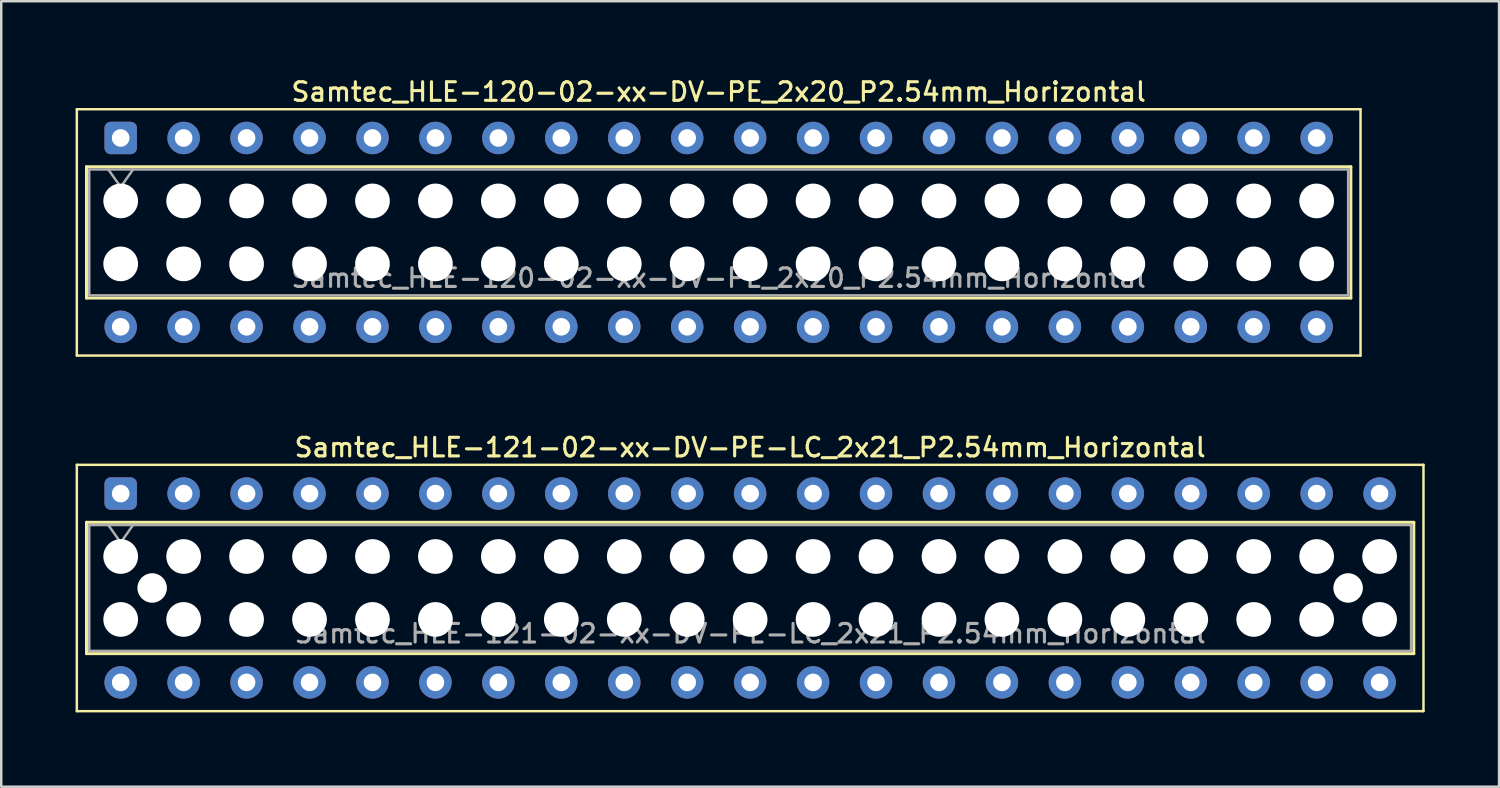
<source format=kicad_pcb>
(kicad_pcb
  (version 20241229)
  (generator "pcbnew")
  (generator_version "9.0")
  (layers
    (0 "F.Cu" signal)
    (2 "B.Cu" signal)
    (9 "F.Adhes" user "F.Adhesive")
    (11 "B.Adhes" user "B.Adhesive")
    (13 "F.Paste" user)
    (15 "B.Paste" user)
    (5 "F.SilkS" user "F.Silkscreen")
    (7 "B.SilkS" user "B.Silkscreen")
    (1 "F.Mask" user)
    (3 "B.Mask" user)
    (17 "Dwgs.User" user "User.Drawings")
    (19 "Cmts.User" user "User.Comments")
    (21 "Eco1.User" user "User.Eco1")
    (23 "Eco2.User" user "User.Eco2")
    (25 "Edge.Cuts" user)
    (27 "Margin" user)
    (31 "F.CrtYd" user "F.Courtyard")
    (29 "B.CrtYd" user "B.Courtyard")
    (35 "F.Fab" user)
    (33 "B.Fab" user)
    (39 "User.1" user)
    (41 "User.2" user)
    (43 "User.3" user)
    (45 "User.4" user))
  (footprint "Samtec_HLE-120-02-xx-DV-PE_2x20_P2.54mm_Horizontal"
    (layer "F.Cu")
    (at 1.82 2.518)
    (property "Reference" "Samtec_HLE-120-02-xx-DV-PE_2x20_P2.54mm_Horizontal" (at 24.13 -1.86 0) (layer "F.SilkS") (effects (font (size 0.75 0.75) (thickness 0.125))))
    (attr through_hole)
    (fp_line (start -1.77 -1.16) (end 50.03 -1.16) (stroke (width 0.1) (type solid)) (layer "F.SilkS"))
    (fp_line (start -1.77 8.78) (end -1.77 -1.16) (stroke (width 0.1) (type solid)) (layer "F.SilkS"))
    (fp_line (start -1.38 1.16) (end 49.64 1.16) (stroke (width 0.12) (type solid)) (layer "F.SilkS"))
    (fp_line (start -1.38 6.46) (end -1.38 1.16) (stroke (width 0.12) (type solid)) (layer "F.SilkS"))
    (fp_line (start 49.64 1.16) (end 49.64 6.46) (stroke (width 0.12) (type solid)) (layer "F.SilkS"))
    (fp_line (start 49.64 6.46) (end -1.38 6.46) (stroke (width 0.12) (type solid)) (layer "F.SilkS"))
    (fp_line (start 50.03 -1.16) (end 50.03 8.78) (stroke (width 0.1) (type solid)) (layer "F.SilkS"))
    (fp_line (start 50.03 8.78) (end -1.77 8.78) (stroke (width 0.1) (type solid)) (layer "F.SilkS"))
    (fp_line (start -1.27 1.27) (end 49.53 1.27) (stroke (width 0.1) (type solid)) (layer "F.Fab"))
    (fp_line (start -1.27 6.35) (end -1.27 1.27) (stroke (width 0.1) (type solid)) (layer "F.Fab"))
    (fp_line (start -0.5 1.27) (end 0 1.977) (stroke (width 0.1) (type solid)) (layer "F.Fab"))
    (fp_line (start 0 1.977) (end 0.5 1.27) (stroke (width 0.1) (type solid)) (layer "F.Fab"))
    (fp_line (start 49.53 1.27) (end 49.53 6.35) (stroke (width 0.1) (type solid)) (layer "F.Fab"))
    (fp_line (start 49.53 6.35) (end -1.27 6.35) (stroke (width 0.1) (type solid)) (layer "F.Fab"))
    (fp_text user "${REFERENCE}" (at 24.13 5.65 0) (layer "F.Fab") (effects (font (size 0.75 0.75) (thickness 0.125))))
    (pad "" np_thru_hole circle (at 0 2.54) (size 1.4 1.4) (drill 1.4) (layers "*.Cu" "*.Mask"))
    (pad "" np_thru_hole circle (at 0 5.08) (size 1.4 1.4) (drill 1.4) (layers "*.Cu" "*.Mask"))
    (pad "" np_thru_hole circle (at 2.54 2.54) (size 1.4 1.4) (drill 1.4) (layers "*.Cu" "*.Mask"))
    (pad "" np_thru_hole circle (at 2.54 5.08) (size 1.4 1.4) (drill 1.4) (layers "*.Cu" "*.Mask"))
    (pad "" np_thru_hole circle (at 5.08 2.54) (size 1.4 1.4) (drill 1.4) (layers "*.Cu" "*.Mask"))
    (pad "" np_thru_hole circle (at 5.08 5.08) (size 1.4 1.4) (drill 1.4) (layers "*.Cu" "*.Mask"))
    (pad "" np_thru_hole circle (at 7.62 2.54) (size 1.4 1.4) (drill 1.4) (layers "*.Cu" "*.Mask"))
    (pad "" np_thru_hole circle (at 7.62 5.08) (size 1.4 1.4) (drill 1.4) (layers "*.Cu" "*.Mask"))
    (pad "" np_thru_hole circle (at 10.16 2.54) (size 1.4 1.4) (drill 1.4) (layers "*.Cu" "*.Mask"))
    (pad "" np_thru_hole circle (at 10.16 5.08) (size 1.4 1.4) (drill 1.4) (layers "*.Cu" "*.Mask"))
    (pad "" np_thru_hole circle (at 12.7 2.54) (size 1.4 1.4) (drill 1.4) (layers "*.Cu" "*.Mask"))
    (pad "" np_thru_hole circle (at 12.7 5.08) (size 1.4 1.4) (drill 1.4) (layers "*.Cu" "*.Mask"))
    (pad "" np_thru_hole circle (at 15.24 2.54) (size 1.4 1.4) (drill 1.4) (layers "*.Cu" "*.Mask"))
    (pad "" np_thru_hole circle (at 15.24 5.08) (size 1.4 1.4) (drill 1.4) (layers "*.Cu" "*.Mask"))
    (pad "" np_thru_hole circle (at 17.78 2.54) (size 1.4 1.4) (drill 1.4) (layers "*.Cu" "*.Mask"))
    (pad "" np_thru_hole circle (at 17.78 5.08) (size 1.4 1.4) (drill 1.4) (layers "*.Cu" "*.Mask"))
    (pad "" np_thru_hole circle (at 20.32 2.54) (size 1.4 1.4) (drill 1.4) (layers "*.Cu" "*.Mask"))
    (pad "" np_thru_hole circle (at 20.32 5.08) (size 1.4 1.4) (drill 1.4) (layers "*.Cu" "*.Mask"))
    (pad "" np_thru_hole circle (at 22.86 2.54) (size 1.4 1.4) (drill 1.4) (layers "*.Cu" "*.Mask"))
    (pad "" np_thru_hole circle (at 22.86 5.08) (size 1.4 1.4) (drill 1.4) (layers "*.Cu" "*.Mask"))
    (pad "" np_thru_hole circle (at 25.4 2.54) (size 1.4 1.4) (drill 1.4) (layers "*.Cu" "*.Mask"))
    (pad "" np_thru_hole circle (at 25.4 5.08) (size 1.4 1.4) (drill 1.4) (layers "*.Cu" "*.Mask"))
    (pad "" np_thru_hole circle (at 27.94 2.54) (size 1.4 1.4) (drill 1.4) (layers "*.Cu" "*.Mask"))
    (pad "" np_thru_hole circle (at 27.94 5.08) (size 1.4 1.4) (drill 1.4) (layers "*.Cu" "*.Mask"))
    (pad "" np_thru_hole circle (at 30.48 2.54) (size 1.4 1.4) (drill 1.4) (layers "*.Cu" "*.Mask"))
    (pad "" np_thru_hole circle (at 30.48 5.08) (size 1.4 1.4) (drill 1.4) (layers "*.Cu" "*.Mask"))
    (pad "" np_thru_hole circle (at 33.02 2.54) (size 1.4 1.4) (drill 1.4) (layers "*.Cu" "*.Mask"))
    (pad "" np_thru_hole circle (at 33.02 5.08) (size 1.4 1.4) (drill 1.4) (layers "*.Cu" "*.Mask"))
    (pad "" np_thru_hole circle (at 35.56 2.54) (size 1.4 1.4) (drill 1.4) (layers "*.Cu" "*.Mask"))
    (pad "" np_thru_hole circle (at 35.56 5.08) (size 1.4 1.4) (drill 1.4) (layers "*.Cu" "*.Mask"))
    (pad "" np_thru_hole circle (at 38.1 2.54) (size 1.4 1.4) (drill 1.4) (layers "*.Cu" "*.Mask"))
    (pad "" np_thru_hole circle (at 38.1 5.08) (size 1.4 1.4) (drill 1.4) (layers "*.Cu" "*.Mask"))
    (pad "" np_thru_hole circle (at 40.64 2.54) (size 1.4 1.4) (drill 1.4) (layers "*.Cu" "*.Mask"))
    (pad "" np_thru_hole circle (at 40.64 5.08) (size 1.4 1.4) (drill 1.4) (layers "*.Cu" "*.Mask"))
    (pad "" np_thru_hole circle (at 43.18 2.54) (size 1.4 1.4) (drill 1.4) (layers "*.Cu" "*.Mask"))
    (pad "" np_thru_hole circle (at 43.18 5.08) (size 1.4 1.4) (drill 1.4) (layers "*.Cu" "*.Mask"))
    (pad "" np_thru_hole circle (at 45.72 2.54) (size 1.4 1.4) (drill 1.4) (layers "*.Cu" "*.Mask"))
    (pad "" np_thru_hole circle (at 45.72 5.08) (size 1.4 1.4) (drill 1.4) (layers "*.Cu" "*.Mask"))
    (pad "" np_thru_hole circle (at 48.26 2.54) (size 1.4 1.4) (drill 1.4) (layers "*.Cu" "*.Mask"))
    (pad "" np_thru_hole circle (at 48.26 5.08) (size 1.4 1.4) (drill 1.4) (layers "*.Cu" "*.Mask"))
    (pad "1" thru_hole roundrect (at 0 0) (size 1.31 1.31) (drill 0.71) (layers "*.Cu" "*.Mask") (roundrect_rratio 0.191))
    (pad "2" thru_hole circle (at 0 7.62) (size 1.31 1.31) (drill 0.71) (layers "*.Cu" "*.Mask"))
    (pad "3" thru_hole circle (at 2.54 0) (size 1.31 1.31) (drill 0.71) (layers "*.Cu" "*.Mask"))
    (pad "4" thru_hole circle (at 2.54 7.62) (size 1.31 1.31) (drill 0.71) (layers "*.Cu" "*.Mask"))
    (pad "5" thru_hole circle (at 5.08 0) (size 1.31 1.31) (drill 0.71) (layers "*.Cu" "*.Mask"))
    (pad "6" thru_hole circle (at 5.08 7.62) (size 1.31 1.31) (drill 0.71) (layers "*.Cu" "*.Mask"))
    (pad "7" thru_hole circle (at 7.62 0) (size 1.31 1.31) (drill 0.71) (layers "*.Cu" "*.Mask"))
    (pad "8" thru_hole circle (at 7.62 7.62) (size 1.31 1.31) (drill 0.71) (layers "*.Cu" "*.Mask"))
    (pad "9" thru_hole circle (at 10.16 0) (size 1.31 1.31) (drill 0.71) (layers "*.Cu" "*.Mask"))
    (pad "10" thru_hole circle (at 10.16 7.62) (size 1.31 1.31) (drill 0.71) (layers "*.Cu" "*.Mask"))
    (pad "11" thru_hole circle (at 12.7 0) (size 1.31 1.31) (drill 0.71) (layers "*.Cu" "*.Mask"))
    (pad "12" thru_hole circle (at 12.7 7.62) (size 1.31 1.31) (drill 0.71) (layers "*.Cu" "*.Mask"))
    (pad "13" thru_hole circle (at 15.24 0) (size 1.31 1.31) (drill 0.71) (layers "*.Cu" "*.Mask"))
    (pad "14" thru_hole circle (at 15.24 7.62) (size 1.31 1.31) (drill 0.71) (layers "*.Cu" "*.Mask"))
    (pad "15" thru_hole circle (at 17.78 0) (size 1.31 1.31) (drill 0.71) (layers "*.Cu" "*.Mask"))
    (pad "16" thru_hole circle (at 17.78 7.62) (size 1.31 1.31) (drill 0.71) (layers "*.Cu" "*.Mask"))
    (pad "17" thru_hole circle (at 20.32 0) (size 1.31 1.31) (drill 0.71) (layers "*.Cu" "*.Mask"))
    (pad "18" thru_hole circle (at 20.32 7.62) (size 1.31 1.31) (drill 0.71) (layers "*.Cu" "*.Mask"))
    (pad "19" thru_hole circle (at 22.86 0) (size 1.31 1.31) (drill 0.71) (layers "*.Cu" "*.Mask"))
    (pad "20" thru_hole circle (at 22.86 7.62) (size 1.31 1.31) (drill 0.71) (layers "*.Cu" "*.Mask"))
    (pad "21" thru_hole circle (at 25.4 0) (size 1.31 1.31) (drill 0.71) (layers "*.Cu" "*.Mask"))
    (pad "22" thru_hole circle (at 25.4 7.62) (size 1.31 1.31) (drill 0.71) (layers "*.Cu" "*.Mask"))
    (pad "23" thru_hole circle (at 27.94 0) (size 1.31 1.31) (drill 0.71) (layers "*.Cu" "*.Mask"))
    (pad "24" thru_hole circle (at 27.94 7.62) (size 1.31 1.31) (drill 0.71) (layers "*.Cu" "*.Mask"))
    (pad "25" thru_hole circle (at 30.48 0) (size 1.31 1.31) (drill 0.71) (layers "*.Cu" "*.Mask"))
    (pad "26" thru_hole circle (at 30.48 7.62) (size 1.31 1.31) (drill 0.71) (layers "*.Cu" "*.Mask"))
    (pad "27" thru_hole circle (at 33.02 0) (size 1.31 1.31) (drill 0.71) (layers "*.Cu" "*.Mask"))
    (pad "28" thru_hole circle (at 33.02 7.62) (size 1.31 1.31) (drill 0.71) (layers "*.Cu" "*.Mask"))
    (pad "29" thru_hole circle (at 35.56 0) (size 1.31 1.31) (drill 0.71) (layers "*.Cu" "*.Mask"))
    (pad "30" thru_hole circle (at 35.56 7.62) (size 1.31 1.31) (drill 0.71) (layers "*.Cu" "*.Mask"))
    (pad "31" thru_hole circle (at 38.1 0) (size 1.31 1.31) (drill 0.71) (layers "*.Cu" "*.Mask"))
    (pad "32" thru_hole circle (at 38.1 7.62) (size 1.31 1.31) (drill 0.71) (layers "*.Cu" "*.Mask"))
    (pad "33" thru_hole circle (at 40.64 0) (size 1.31 1.31) (drill 0.71) (layers "*.Cu" "*.Mask"))
    (pad "34" thru_hole circle (at 40.64 7.62) (size 1.31 1.31) (drill 0.71) (layers "*.Cu" "*.Mask"))
    (pad "35" thru_hole circle (at 43.18 0) (size 1.31 1.31) (drill 0.71) (layers "*.Cu" "*.Mask"))
    (pad "36" thru_hole circle (at 43.18 7.62) (size 1.31 1.31) (drill 0.71) (layers "*.Cu" "*.Mask"))
    (pad "37" thru_hole circle (at 45.72 0) (size 1.31 1.31) (drill 0.71) (layers "*.Cu" "*.Mask"))
    (pad "38" thru_hole circle (at 45.72 7.62) (size 1.31 1.31) (drill 0.71) (layers "*.Cu" "*.Mask"))
    (pad "39" thru_hole circle (at 48.26 0) (size 1.31 1.31) (drill 0.71) (layers "*.Cu" "*.Mask"))
    (pad "40" thru_hole circle (at 48.26 7.62) (size 1.31 1.31) (drill 0.71) (layers "*.Cu" "*.Mask")))
  (footprint "Samtec_HLE-121-02-xx-DV-PE-LC_2x21_P2.54mm_Horizontal"
    (layer "F.Cu")
    (at 1.82 16.866)
    (property "Reference" "Samtec_HLE-121-02-xx-DV-PE-LC_2x21_P2.54mm_Horizontal" (at 25.4 -1.86 0) (layer "F.SilkS") (effects (font (size 0.75 0.75) (thickness 0.125))))
    (attr through_hole)
    (fp_line (start -1.77 -1.16) (end 52.57 -1.16) (stroke (width 0.1) (type solid)) (layer "F.SilkS"))
    (fp_line (start -1.77 8.78) (end -1.77 -1.16) (stroke (width 0.1) (type solid)) (layer "F.SilkS"))
    (fp_line (start -1.38 1.16) (end 52.18 1.16) (stroke (width 0.12) (type solid)) (layer "F.SilkS"))
    (fp_line (start -1.38 6.46) (end -1.38 1.16) (stroke (width 0.12) (type solid)) (layer "F.SilkS"))
    (fp_line (start 52.18 1.16) (end 52.18 6.46) (stroke (width 0.12) (type solid)) (layer "F.SilkS"))
    (fp_line (start 52.18 6.46) (end -1.38 6.46) (stroke (width 0.12) (type solid)) (layer "F.SilkS"))
    (fp_line (start 52.57 -1.16) (end 52.57 8.78) (stroke (width 0.1) (type solid)) (layer "F.SilkS"))
    (fp_line (start 52.57 8.78) (end -1.77 8.78) (stroke (width 0.1) (type solid)) (layer "F.SilkS"))
    (fp_line (start -1.27 1.27) (end 52.07 1.27) (stroke (width 0.1) (type solid)) (layer "F.Fab"))
    (fp_line (start -1.27 6.35) (end -1.27 1.27) (stroke (width 0.1) (type solid)) (layer "F.Fab"))
    (fp_line (start -0.5 1.27) (end 0 1.977) (stroke (width 0.1) (type solid)) (layer "F.Fab"))
    (fp_line (start 0 1.977) (end 0.5 1.27) (stroke (width 0.1) (type solid)) (layer "F.Fab"))
    (fp_line (start 52.07 1.27) (end 52.07 6.35) (stroke (width 0.1) (type solid)) (layer "F.Fab"))
    (fp_line (start 52.07 6.35) (end -1.27 6.35) (stroke (width 0.1) (type solid)) (layer "F.Fab"))
    (fp_text user "${REFERENCE}" (at 25.4 5.65 0) (layer "F.Fab") (effects (font (size 0.75 0.75) (thickness 0.125))))
    (pad "" np_thru_hole circle (at 0 2.54) (size 1.4 1.4) (drill 1.4) (layers "*.Cu" "*.Mask"))
    (pad "" np_thru_hole circle (at 0 5.08) (size 1.4 1.4) (drill 1.4) (layers "*.Cu" "*.Mask"))
    (pad "" np_thru_hole circle (at 1.27 3.81) (size 1.19 1.19) (drill 1.19) (layers "*.Cu" "*.Mask"))
    (pad "" np_thru_hole circle (at 2.54 2.54) (size 1.4 1.4) (drill 1.4) (layers "*.Cu" "*.Mask"))
    (pad "" np_thru_hole circle (at 2.54 5.08) (size 1.4 1.4) (drill 1.4) (layers "*.Cu" "*.Mask"))
    (pad "" np_thru_hole circle (at 5.08 2.54) (size 1.4 1.4) (drill 1.4) (layers "*.Cu" "*.Mask"))
    (pad "" np_thru_hole circle (at 5.08 5.08) (size 1.4 1.4) (drill 1.4) (layers "*.Cu" "*.Mask"))
    (pad "" np_thru_hole circle (at 7.62 2.54) (size 1.4 1.4) (drill 1.4) (layers "*.Cu" "*.Mask"))
    (pad "" np_thru_hole circle (at 7.62 5.08) (size 1.4 1.4) (drill 1.4) (layers "*.Cu" "*.Mask"))
    (pad "" np_thru_hole circle (at 10.16 2.54) (size 1.4 1.4) (drill 1.4) (layers "*.Cu" "*.Mask"))
    (pad "" np_thru_hole circle (at 10.16 5.08) (size 1.4 1.4) (drill 1.4) (layers "*.Cu" "*.Mask"))
    (pad "" np_thru_hole circle (at 12.7 2.54) (size 1.4 1.4) (drill 1.4) (layers "*.Cu" "*.Mask"))
    (pad "" np_thru_hole circle (at 12.7 5.08) (size 1.4 1.4) (drill 1.4) (layers "*.Cu" "*.Mask"))
    (pad "" np_thru_hole circle (at 15.24 2.54) (size 1.4 1.4) (drill 1.4) (layers "*.Cu" "*.Mask"))
    (pad "" np_thru_hole circle (at 15.24 5.08) (size 1.4 1.4) (drill 1.4) (layers "*.Cu" "*.Mask"))
    (pad "" np_thru_hole circle (at 17.78 2.54) (size 1.4 1.4) (drill 1.4) (layers "*.Cu" "*.Mask"))
    (pad "" np_thru_hole circle (at 17.78 5.08) (size 1.4 1.4) (drill 1.4) (layers "*.Cu" "*.Mask"))
    (pad "" np_thru_hole circle (at 20.32 2.54) (size 1.4 1.4) (drill 1.4) (layers "*.Cu" "*.Mask"))
    (pad "" np_thru_hole circle (at 20.32 5.08) (size 1.4 1.4) (drill 1.4) (layers "*.Cu" "*.Mask"))
    (pad "" np_thru_hole circle (at 22.86 2.54) (size 1.4 1.4) (drill 1.4) (layers "*.Cu" "*.Mask"))
    (pad "" np_thru_hole circle (at 22.86 5.08) (size 1.4 1.4) (drill 1.4) (layers "*.Cu" "*.Mask"))
    (pad "" np_thru_hole circle (at 25.4 2.54) (size 1.4 1.4) (drill 1.4) (layers "*.Cu" "*.Mask"))
    (pad "" np_thru_hole circle (at 25.4 5.08) (size 1.4 1.4) (drill 1.4) (layers "*.Cu" "*.Mask"))
    (pad "" np_thru_hole circle (at 27.94 2.54) (size 1.4 1.4) (drill 1.4) (layers "*.Cu" "*.Mask"))
    (pad "" np_thru_hole circle (at 27.94 5.08) (size 1.4 1.4) (drill 1.4) (layers "*.Cu" "*.Mask"))
    (pad "" np_thru_hole circle (at 30.48 2.54) (size 1.4 1.4) (drill 1.4) (layers "*.Cu" "*.Mask"))
    (pad "" np_thru_hole circle (at 30.48 5.08) (size 1.4 1.4) (drill 1.4) (layers "*.Cu" "*.Mask"))
    (pad "" np_thru_hole circle (at 33.02 2.54) (size 1.4 1.4) (drill 1.4) (layers "*.Cu" "*.Mask"))
    (pad "" np_thru_hole circle (at 33.02 5.08) (size 1.4 1.4) (drill 1.4) (layers "*.Cu" "*.Mask"))
    (pad "" np_thru_hole circle (at 35.56 2.54) (size 1.4 1.4) (drill 1.4) (layers "*.Cu" "*.Mask"))
    (pad "" np_thru_hole circle (at 35.56 5.08) (size 1.4 1.4) (drill 1.4) (layers "*.Cu" "*.Mask"))
    (pad "" np_thru_hole circle (at 38.1 2.54) (size 1.4 1.4) (drill 1.4) (layers "*.Cu" "*.Mask"))
    (pad "" np_thru_hole circle (at 38.1 5.08) (size 1.4 1.4) (drill 1.4) (layers "*.Cu" "*.Mask"))
    (pad "" np_thru_hole circle (at 40.64 2.54) (size 1.4 1.4) (drill 1.4) (layers "*.Cu" "*.Mask"))
    (pad "" np_thru_hole circle (at 40.64 5.08) (size 1.4 1.4) (drill 1.4) (layers "*.Cu" "*.Mask"))
    (pad "" np_thru_hole circle (at 43.18 2.54) (size 1.4 1.4) (drill 1.4) (layers "*.Cu" "*.Mask"))
    (pad "" np_thru_hole circle (at 43.18 5.08) (size 1.4 1.4) (drill 1.4) (layers "*.Cu" "*.Mask"))
    (pad "" np_thru_hole circle (at 45.72 2.54) (size 1.4 1.4) (drill 1.4) (layers "*.Cu" "*.Mask"))
    (pad "" np_thru_hole circle (at 45.72 5.08) (size 1.4 1.4) (drill 1.4) (layers "*.Cu" "*.Mask"))
    (pad "" np_thru_hole circle (at 48.26 2.54) (size 1.4 1.4) (drill 1.4) (layers "*.Cu" "*.Mask"))
    (pad "" np_thru_hole circle (at 48.26 5.08) (size 1.4 1.4) (drill 1.4) (layers "*.Cu" "*.Mask"))
    (pad "" np_thru_hole circle (at 49.53 3.81) (size 1.19 1.19) (drill 1.19) (layers "*.Cu" "*.Mask"))
    (pad "" np_thru_hole circle (at 50.8 2.54) (size 1.4 1.4) (drill 1.4) (layers "*.Cu" "*.Mask"))
    (pad "" np_thru_hole circle (at 50.8 5.08) (size 1.4 1.4) (drill 1.4) (layers "*.Cu" "*.Mask"))
    (pad "1" thru_hole roundrect (at 0 0) (size 1.31 1.31) (drill 0.71) (layers "*.Cu" "*.Mask") (roundrect_rratio 0.191))
    (pad "2" thru_hole circle (at 0 7.62) (size 1.31 1.31) (drill 0.71) (layers "*.Cu" "*.Mask"))
    (pad "3" thru_hole circle (at 2.54 0) (size 1.31 1.31) (drill 0.71) (layers "*.Cu" "*.Mask"))
    (pad "4" thru_hole circle (at 2.54 7.62) (size 1.31 1.31) (drill 0.71) (layers "*.Cu" "*.Mask"))
    (pad "5" thru_hole circle (at 5.08 0) (size 1.31 1.31) (drill 0.71) (layers "*.Cu" "*.Mask"))
    (pad "6" thru_hole circle (at 5.08 7.62) (size 1.31 1.31) (drill 0.71) (layers "*.Cu" "*.Mask"))
    (pad "7" thru_hole circle (at 7.62 0) (size 1.31 1.31) (drill 0.71) (layers "*.Cu" "*.Mask"))
    (pad "8" thru_hole circle (at 7.62 7.62) (size 1.31 1.31) (drill 0.71) (layers "*.Cu" "*.Mask"))
    (pad "9" thru_hole circle (at 10.16 0) (size 1.31 1.31) (drill 0.71) (layers "*.Cu" "*.Mask"))
    (pad "10" thru_hole circle (at 10.16 7.62) (size 1.31 1.31) (drill 0.71) (layers "*.Cu" "*.Mask"))
    (pad "11" thru_hole circle (at 12.7 0) (size 1.31 1.31) (drill 0.71) (layers "*.Cu" "*.Mask"))
    (pad "12" thru_hole circle (at 12.7 7.62) (size 1.31 1.31) (drill 0.71) (layers "*.Cu" "*.Mask"))
    (pad "13" thru_hole circle (at 15.24 0) (size 1.31 1.31) (drill 0.71) (layers "*.Cu" "*.Mask"))
    (pad "14" thru_hole circle (at 15.24 7.62) (size 1.31 1.31) (drill 0.71) (layers "*.Cu" "*.Mask"))
    (pad "15" thru_hole circle (at 17.78 0) (size 1.31 1.31) (drill 0.71) (layers "*.Cu" "*.Mask"))
    (pad "16" thru_hole circle (at 17.78 7.62) (size 1.31 1.31) (drill 0.71) (layers "*.Cu" "*.Mask"))
    (pad "17" thru_hole circle (at 20.32 0) (size 1.31 1.31) (drill 0.71) (layers "*.Cu" "*.Mask"))
    (pad "18" thru_hole circle (at 20.32 7.62) (size 1.31 1.31) (drill 0.71) (layers "*.Cu" "*.Mask"))
    (pad "19" thru_hole circle (at 22.86 0) (size 1.31 1.31) (drill 0.71) (layers "*.Cu" "*.Mask"))
    (pad "20" thru_hole circle (at 22.86 7.62) (size 1.31 1.31) (drill 0.71) (layers "*.Cu" "*.Mask"))
    (pad "21" thru_hole circle (at 25.4 0) (size 1.31 1.31) (drill 0.71) (layers "*.Cu" "*.Mask"))
    (pad "22" thru_hole circle (at 25.4 7.62) (size 1.31 1.31) (drill 0.71) (layers "*.Cu" "*.Mask"))
    (pad "23" thru_hole circle (at 27.94 0) (size 1.31 1.31) (drill 0.71) (layers "*.Cu" "*.Mask"))
    (pad "24" thru_hole circle (at 27.94 7.62) (size 1.31 1.31) (drill 0.71) (layers "*.Cu" "*.Mask"))
    (pad "25" thru_hole circle (at 30.48 0) (size 1.31 1.31) (drill 0.71) (layers "*.Cu" "*.Mask"))
    (pad "26" thru_hole circle (at 30.48 7.62) (size 1.31 1.31) (drill 0.71) (layers "*.Cu" "*.Mask"))
    (pad "27" thru_hole circle (at 33.02 0) (size 1.31 1.31) (drill 0.71) (layers "*.Cu" "*.Mask"))
    (pad "28" thru_hole circle (at 33.02 7.62) (size 1.31 1.31) (drill 0.71) (layers "*.Cu" "*.Mask"))
    (pad "29" thru_hole circle (at 35.56 0) (size 1.31 1.31) (drill 0.71) (layers "*.Cu" "*.Mask"))
    (pad "30" thru_hole circle (at 35.56 7.62) (size 1.31 1.31) (drill 0.71) (layers "*.Cu" "*.Mask"))
    (pad "31" thru_hole circle (at 38.1 0) (size 1.31 1.31) (drill 0.71) (layers "*.Cu" "*.Mask"))
    (pad "32" thru_hole circle (at 38.1 7.62) (size 1.31 1.31) (drill 0.71) (layers "*.Cu" "*.Mask"))
    (pad "33" thru_hole circle (at 40.64 0) (size 1.31 1.31) (drill 0.71) (layers "*.Cu" "*.Mask"))
    (pad "34" thru_hole circle (at 40.64 7.62) (size 1.31 1.31) (drill 0.71) (layers "*.Cu" "*.Mask"))
    (pad "35" thru_hole circle (at 43.18 0) (size 1.31 1.31) (drill 0.71) (layers "*.Cu" "*.Mask"))
    (pad "36" thru_hole circle (at 43.18 7.62) (size 1.31 1.31) (drill 0.71) (layers "*.Cu" "*.Mask"))
    (pad "37" thru_hole circle (at 45.72 0) (size 1.31 1.31) (drill 0.71) (layers "*.Cu" "*.Mask"))
    (pad "38" thru_hole circle (at 45.72 7.62) (size 1.31 1.31) (drill 0.71) (layers "*.Cu" "*.Mask"))
    (pad "39" thru_hole circle (at 48.26 0) (size 1.31 1.31) (drill 0.71) (layers "*.Cu" "*.Mask"))
    (pad "40" thru_hole circle (at 48.26 7.62) (size 1.31 1.31) (drill 0.71) (layers "*.Cu" "*.Mask"))
    (pad "41" thru_hole circle (at 50.8 0) (size 1.31 1.31) (drill 0.71) (layers "*.Cu" "*.Mask"))
    (pad "42" thru_hole circle (at 50.8 7.62) (size 1.31 1.31) (drill 0.71) (layers "*.Cu" "*.Mask")))
  (gr_rect
    (start -3 -3)
    (end 57.44 28.696)
    (stroke (width 0.1) (type default))
    (fill no)
    (layer "Edge.Cuts")))
</source>
